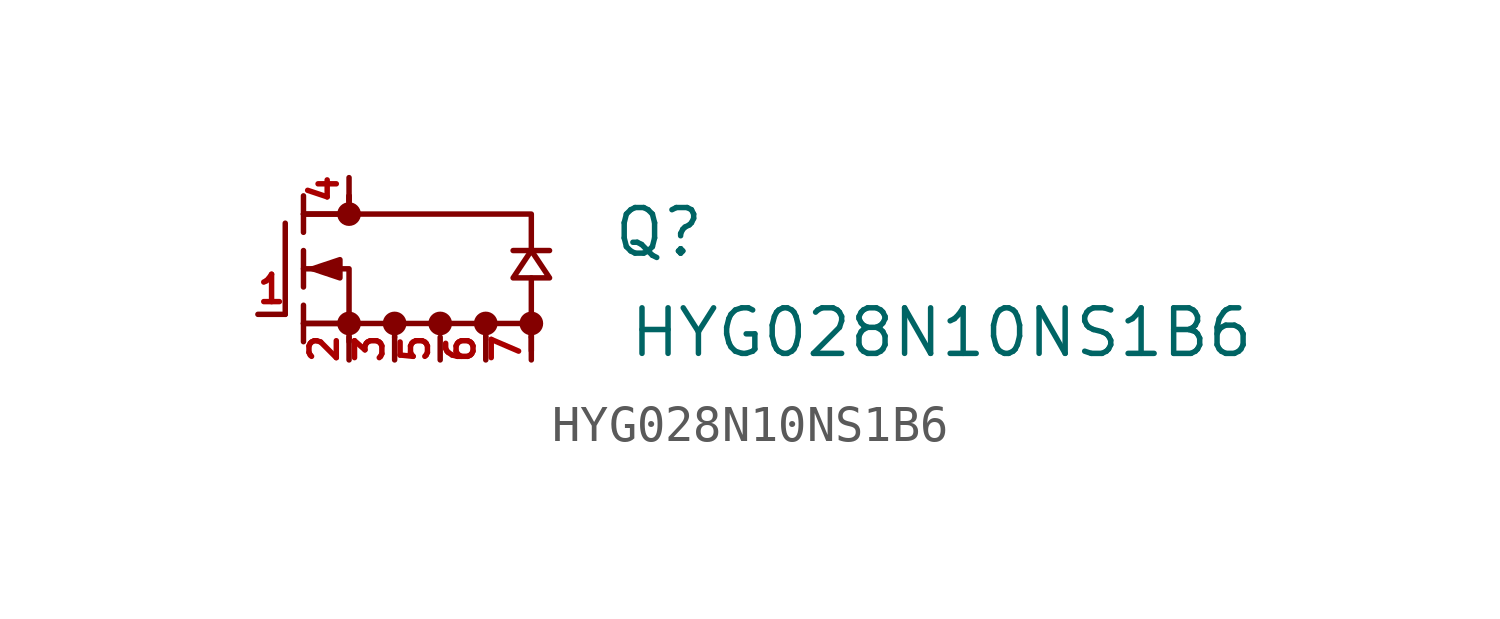
<source format=kicad_sym>
(kicad_symbol_lib
  (version 20211014)
  (generator kicad_symbol_editor)
  (symbol "HYG028N10NS1B6"
    (property "Reference" "Q"
      (at 9.398 -12.192 0)
      (effects (font (size 1.27 1.27))))
    (property "Value" "HYG028N10NS1B6"
      (at 17.272 -14.986 0)
      (effects (font (size 1.27 1.27))))
    (symbol "HYG028N10NS1B6_0_0"
      (polyline (pts (xy -1.016 -11.938) (xy -1.016 -14.478)) (stroke (width 0) (type default) (color 0 0 0 0)) (fill (type none)))
      (polyline (pts (xy -0.508 -14.732) (xy 0.762 -14.732)) (stroke (width 0) (type default) (color 0 0 0 0)) (fill (type none)))
      (polyline (pts (xy -0.508 -14.224) (xy -0.508 -15.24)) (stroke (width 0) (type default) (color 0 0 0 0)) (fill (type none)))
      (polyline (pts (xy -0.508 -13.716) (xy -0.508 -12.7)) (stroke (width 0) (type default) (color 0 0 0 0)) (fill (type none)))
      (polyline (pts (xy -0.508 -12.192) (xy -0.508 -11.176)) (stroke (width 0) (type default) (color 0 0 0 0)) (fill (type none)))
      (polyline (pts (xy -0.508 -11.684) (xy 0.762 -11.684) (xy 0.762 -11.176)) (stroke (width 0) (type default) (color 0 0 0 0)) (fill (type none)))
      (polyline (pts (xy 0.762 -15.24) (xy 0.762 -13.208) (xy -0.508 -13.208)) (stroke (width 0) (type default) (color 0 0 0 0)) (fill (type none)))
      (polyline (pts (xy -0.254 -13.208) (xy 0.508 -13.462) (xy 0.508 -13.208) (xy 0.508 -12.954) (xy -0.254 -13.208)) (stroke (width 0) (type default) (color 0 0 0 0)) (fill (type outline)))
      (text "" (at 5.842 -14.478 0) (effects (font (size 1.27 1.27)))))
    (symbol "HYG028N10NS1B6_0_1"
      (polyline (pts (xy -0.508 -14.732) (xy 0.762 -14.732)) (stroke (width 0) (type default) (color 0 0 0 0)) (fill (type none)))
      (polyline (pts (xy 2.032 -15.113) (xy 2.032 -14.732)) (stroke (width 0) (type default) (color 0 0 0 0)) (fill (type none)))
      (polyline (pts (xy 4.572 -15.113) (xy 4.572 -14.732)) (stroke (width 0) (type default) (color 0 0 0 0)) (fill (type none)))
      (polyline (pts (xy 5.334 -12.7) (xy 6.35 -12.7)) (stroke (width 0.152) (type default) (color 0 0 0 0)) (fill (type none)))
      (polyline (pts (xy 5.842 -15.113) (xy 5.842 -14.732)) (stroke (width 0) (type default) (color 0 0 0 0)) (fill (type none)))
      (polyline (pts (xy 5.842 -13.462) (xy 5.842 -14.732)) (stroke (width 0.152) (type default) (color 0 0 0 0)) (fill (type none)))
      (polyline (pts (xy 0.762 -14.732) (xy 5.842 -14.732) (xy 5.842 -15.494)) (stroke (width 0) (type default) (color 0 0 0 0)) (fill (type none)))
      (polyline (pts (xy 0.762 -11.684) (xy 5.842 -11.684) (xy 5.842 -12.7)) (stroke (width 0.152) (type default) (color 0 0 0 0)) (fill (type none)))
      (polyline (pts (xy 0.762 -11.176) (xy 0.762 -11.684) (xy -0.508 -11.684)) (stroke (width 0) (type default) (color 0 0 0 0)) (fill (type none)))
      (polyline (pts (xy 5.334 -13.462) (xy 6.35 -13.462) (xy 5.842 -12.7) (xy 5.334 -13.462)) (stroke (width 0.152) (type default) (color 0 0 0 0)) (fill (type none)))
      (circle (center 0.762 -14.732) (radius 0.254) (stroke (width 0) (type default) (color 0 0 0 0)) (fill (type outline)))
      (circle (center 0.762 -11.684) (radius 0.254) (stroke (width 0) (type default) (color 0 0 0 0)) (fill (type outline)))
      (circle (center 2.032 -14.732) (radius 0.254) (stroke (width 0) (type default) (color 0 0 0 0)) (fill (type outline)))
      (circle (center 3.302 -14.732) (radius 0.254) (stroke (width 0) (type default) (color 0 0 0 0)) (fill (type outline)))
      (circle (center 4.572 -14.732) (radius 0.254) (stroke (width 0) (type default) (color 0 0 0 0)) (fill (type outline)))
      (circle (center 5.842 -14.732) (radius 0.254) (stroke (width 0) (type default) (color 0 0 0 0)) (fill (type outline))))
    (symbol "HYG028N10NS1B6_1_1"
      (pin passive line (at -1.778 -14.478 0) (length 0.762) (name "" (effects (font (size 1.27 1.27)))) (number "1" (effects (font (size 0.762 0.762)))))
      (pin passive line (at 0.762 -15.748 90) (length 0.635) (name "" (effects (font (size 1.27 1.27)))) (number "2" (effects (font (size 0.762 0.762)))))
      (pin passive line (at 2.032 -15.748 90) (length 0.635) (name "" (effects (font (size 1.27 1.27)))) (number "3" (effects (font (size 0.762 0.762)))))
      (pin passive line (at 0.762 -10.668 270) (length 0.635) (name "" (effects (font (size 1.27 1.27)))) (number "4" (effects (font (size 0.762 0.762)))))
      (pin passive line (at 3.302 -15.748 90) (length 0.635) (name "" (effects (font (size 1.27 1.27)))) (number "5" (effects (font (size 0.762 0.762)))))
      (pin passive line (at 4.572 -15.748 90) (length 0.635) (name "" (effects (font (size 1.27 1.27)))) (number "6" (effects (font (size 0.762 0.762)))))
      (pin passive line (at 5.842 -15.748 90) (length 0.635) (name "" (effects (font (size 1.27 1.27)))) (number "7" (effects (font (size 0.762 0.762))))))))
</source>
